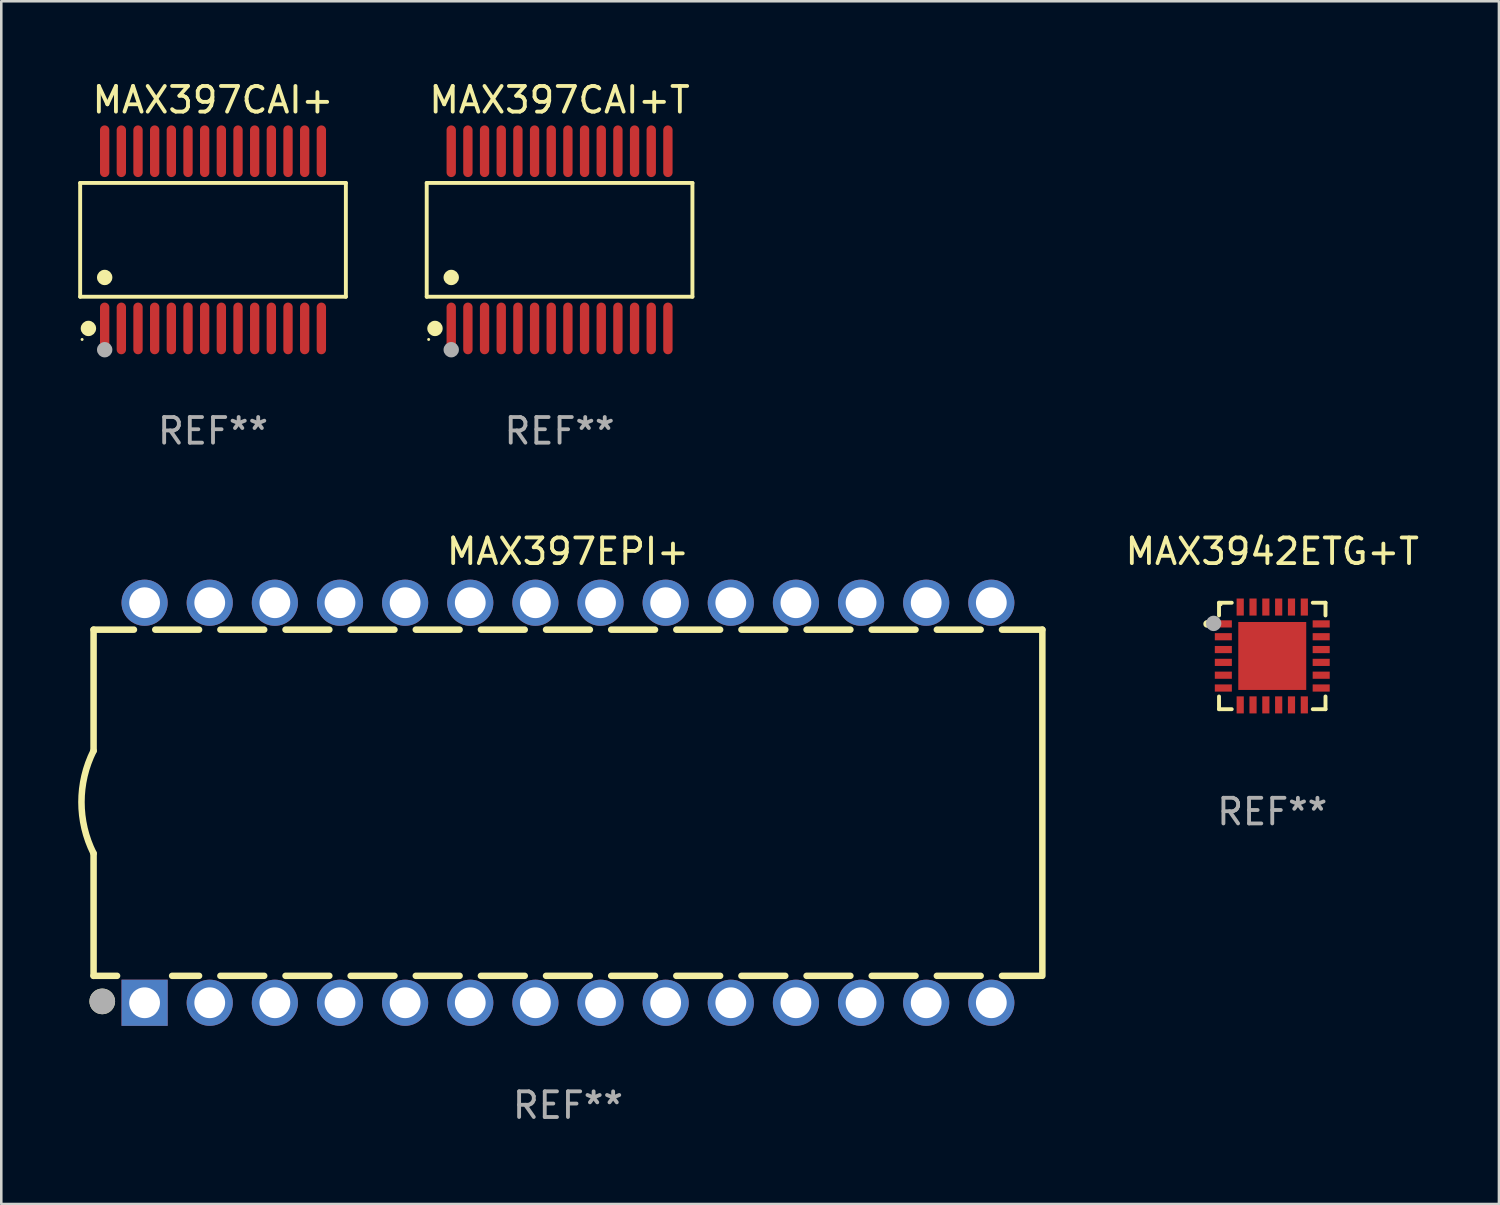
<source format=kicad_pcb>
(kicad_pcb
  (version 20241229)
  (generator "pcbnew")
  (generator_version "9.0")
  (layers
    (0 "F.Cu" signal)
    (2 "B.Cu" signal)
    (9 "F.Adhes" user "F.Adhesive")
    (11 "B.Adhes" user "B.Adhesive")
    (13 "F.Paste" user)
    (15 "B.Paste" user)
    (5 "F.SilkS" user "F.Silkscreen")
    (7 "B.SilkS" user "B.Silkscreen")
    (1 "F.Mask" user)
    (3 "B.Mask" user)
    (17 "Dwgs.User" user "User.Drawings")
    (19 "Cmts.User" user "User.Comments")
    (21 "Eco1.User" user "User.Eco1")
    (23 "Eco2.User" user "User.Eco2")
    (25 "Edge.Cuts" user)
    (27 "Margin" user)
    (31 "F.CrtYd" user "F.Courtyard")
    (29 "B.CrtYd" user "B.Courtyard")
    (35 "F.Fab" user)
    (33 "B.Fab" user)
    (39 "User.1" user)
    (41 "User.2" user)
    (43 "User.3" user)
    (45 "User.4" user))
  (footprint "MAX397CAI+"
    (layer "F.Cu")
    (at 5.257 6.303)
    (property "Reference" "MAX397CAI+" (at 0 -5.455 0) (layer "F.SilkS") (effects (font (size 1 1) (thickness 0.15))))
    (attr through_hole)
    (fp_line (start -5.181 -2.219) (end 5.181 -2.219) (stroke (width 0.152) (type solid)) (layer "F.SilkS"))
    (fp_line (start -5.181 2.219) (end -5.181 -2.219) (stroke (width 0.152) (type solid)) (layer "F.SilkS"))
    (fp_line (start 5.181 -2.219) (end 5.181 2.219) (stroke (width 0.152) (type solid)) (layer "F.SilkS"))
    (fp_line (start 5.181 2.219) (end -5.181 2.219) (stroke (width 0.152) (type solid)) (layer "F.SilkS"))
    (fp_circle (center -5.105 3.885) (end -5.075 3.885) (stroke (width 0.06) (type solid)) (fill no) (layer "F.SilkS"))
    (fp_circle (center -4.859 3.455) (end -4.709 3.455) (stroke (width 0.3) (type solid)) (fill no) (layer "F.SilkS"))
    (fp_circle (center -4.225 1.467) (end -4.075 1.467) (stroke (width 0.3) (type solid)) (fill no) (layer "F.SilkS"))
    (fp_circle (center -4.225 4.285) (end -4.075 4.285) (stroke (width 0.3) (type solid)) (fill no) (layer "F.Fab"))
    (fp_text user "REF**" (at 0 7.455 0) (layer "F.Fab") (effects (font (size 1 1) (thickness 0.15))))
    (pad "1" smd oval (at -4.225 3.455) (size 0.364 2.015) (layers "F.Cu" "F.Mask" "F.Paste"))
    (pad "2" smd oval (at -3.575 3.455) (size 0.364 2.015) (layers "F.Cu" "F.Mask" "F.Paste"))
    (pad "3" smd oval (at -2.925 3.455) (size 0.364 2.015) (layers "F.Cu" "F.Mask" "F.Paste"))
    (pad "4" smd oval (at -2.275 3.455) (size 0.364 2.015) (layers "F.Cu" "F.Mask" "F.Paste"))
    (pad "5" smd oval (at -1.625 3.455) (size 0.364 2.015) (layers "F.Cu" "F.Mask" "F.Paste"))
    (pad "6" smd oval (at -0.975 3.455) (size 0.364 2.015) (layers "F.Cu" "F.Mask" "F.Paste"))
    (pad "7" smd oval (at -0.325 3.455) (size 0.364 2.015) (layers "F.Cu" "F.Mask" "F.Paste"))
    (pad "8" smd oval (at 0.325 3.455) (size 0.364 2.015) (layers "F.Cu" "F.Mask" "F.Paste"))
    (pad "9" smd oval (at 0.975 3.455) (size 0.364 2.015) (layers "F.Cu" "F.Mask" "F.Paste"))
    (pad "10" smd oval (at 1.625 3.455) (size 0.364 2.015) (layers "F.Cu" "F.Mask" "F.Paste"))
    (pad "11" smd oval (at 2.275 3.455) (size 0.364 2.015) (layers "F.Cu" "F.Mask" "F.Paste"))
    (pad "12" smd oval (at 2.925 3.455) (size 0.364 2.015) (layers "F.Cu" "F.Mask" "F.Paste"))
    (pad "13" smd oval (at 3.575 3.455) (size 0.364 2.015) (layers "F.Cu" "F.Mask" "F.Paste"))
    (pad "14" smd oval (at 4.225 3.455) (size 0.364 2.015) (layers "F.Cu" "F.Mask" "F.Paste"))
    (pad "15" smd oval (at 4.225 -3.455) (size 0.364 2.015) (layers "F.Cu" "F.Mask" "F.Paste"))
    (pad "16" smd oval (at 3.575 -3.455) (size 0.364 2.015) (layers "F.Cu" "F.Mask" "F.Paste"))
    (pad "17" smd oval (at 2.925 -3.455) (size 0.364 2.015) (layers "F.Cu" "F.Mask" "F.Paste"))
    (pad "18" smd oval (at 2.275 -3.455) (size 0.364 2.015) (layers "F.Cu" "F.Mask" "F.Paste"))
    (pad "19" smd oval (at 1.625 -3.455) (size 0.364 2.015) (layers "F.Cu" "F.Mask" "F.Paste"))
    (pad "20" smd oval (at 0.975 -3.455) (size 0.364 2.015) (layers "F.Cu" "F.Mask" "F.Paste"))
    (pad "21" smd oval (at 0.325 -3.455) (size 0.364 2.015) (layers "F.Cu" "F.Mask" "F.Paste"))
    (pad "22" smd oval (at -0.325 -3.455) (size 0.364 2.015) (layers "F.Cu" "F.Mask" "F.Paste"))
    (pad "23" smd oval (at -0.975 -3.455) (size 0.364 2.015) (layers "F.Cu" "F.Mask" "F.Paste"))
    (pad "24" smd oval (at -1.625 -3.455) (size 0.364 2.015) (layers "F.Cu" "F.Mask" "F.Paste"))
    (pad "25" smd oval (at -2.275 -3.455) (size 0.364 2.015) (layers "F.Cu" "F.Mask" "F.Paste"))
    (pad "26" smd oval (at -2.925 -3.455) (size 0.364 2.015) (layers "F.Cu" "F.Mask" "F.Paste"))
    (pad "27" smd oval (at -3.575 -3.455) (size 0.364 2.015) (layers "F.Cu" "F.Mask" "F.Paste"))
    (pad "28" smd oval (at -4.225 -3.455) (size 0.364 2.015) (layers "F.Cu" "F.Mask" "F.Paste")))
  (footprint "MAX3942ETG+T"
    (layer "F.Cu")
    (at 46.565 22.531)
    (property "Reference" "MAX3942ETG+T" (at 0 -4.076 0) (layer "F.SilkS") (effects (font (size 1 1) (thickness 0.15))))
    (attr through_hole)
    (fp_line (start -2.076 -2.076) (end -2.076 -1.58) (stroke (width 0.152) (type solid)) (layer "F.SilkS"))
    (fp_line (start -2.076 2.076) (end -2.076 1.58) (stroke (width 0.152) (type solid)) (layer "F.SilkS"))
    (fp_line (start -1.58 -2.076) (end -2.076 -2.076) (stroke (width 0.152) (type solid)) (layer "F.SilkS"))
    (fp_line (start -1.58 2.076) (end -2.076 2.076) (stroke (width 0.152) (type solid)) (layer "F.SilkS"))
    (fp_line (start 1.58 -2.076) (end 2.076 -2.076) (stroke (width 0.152) (type solid)) (layer "F.SilkS"))
    (fp_line (start 1.58 2.076) (end 2.076 2.076) (stroke (width 0.152) (type solid)) (layer "F.SilkS"))
    (fp_line (start 2.076 -2.076) (end 2.076 -1.58) (stroke (width 0.152) (type solid)) (layer "F.SilkS"))
    (fp_line (start 2.076 2.076) (end 2.076 1.58) (stroke (width 0.152) (type solid)) (layer "F.SilkS"))
    (fp_circle (center -2.54 -1.25) (end -2.465 -1.25) (stroke (width 0.15) (type solid)) (fill no) (layer "F.SilkS"))
    (fp_circle (center -2 -2) (end -1.97 -2) (stroke (width 0.06) (type solid)) (fill no) (layer "F.SilkS"))
    (fp_circle (center -2.286 -1.27) (end -2.136 -1.27) (stroke (width 0.3) (type solid)) (fill no) (layer "F.Fab"))
    (fp_text user "REF**" (at 0 6.076 0) (layer "F.Fab") (effects (font (size 1 1) (thickness 0.15))))
    (pad "1" smd rect (at -1.908 -1.25) (size 0.665 0.28) (layers "F.Cu" "F.Mask" "F.Paste"))
    (pad "2" smd rect (at -1.908 -0.75) (size 0.665 0.28) (layers "F.Cu" "F.Mask" "F.Paste"))
    (pad "3" smd rect (at -1.908 -0.25) (size 0.665 0.28) (layers "F.Cu" "F.Mask" "F.Paste"))
    (pad "4" smd rect (at -1.908 0.25) (size 0.665 0.28) (layers "F.Cu" "F.Mask" "F.Paste"))
    (pad "5" smd rect (at -1.908 0.75) (size 0.665 0.28) (layers "F.Cu" "F.Mask" "F.Paste"))
    (pad "6" smd rect (at -1.908 1.25) (size 0.665 0.28) (layers "F.Cu" "F.Mask" "F.Paste"))
    (pad "7" smd rect (at -1.25 1.908) (size 0.28 0.665) (layers "F.Cu" "F.Mask" "F.Paste"))
    (pad "8" smd rect (at -0.75 1.908) (size 0.28 0.665) (layers "F.Cu" "F.Mask" "F.Paste"))
    (pad "9" smd rect (at -0.25 1.908) (size 0.28 0.665) (layers "F.Cu" "F.Mask" "F.Paste"))
    (pad "10" smd rect (at 0.25 1.908) (size 0.28 0.665) (layers "F.Cu" "F.Mask" "F.Paste"))
    (pad "11" smd rect (at 0.75 1.908) (size 0.28 0.665) (layers "F.Cu" "F.Mask" "F.Paste"))
    (pad "12" smd rect (at 1.25 1.908) (size 0.28 0.665) (layers "F.Cu" "F.Mask" "F.Paste"))
    (pad "13" smd rect (at 1.908 1.25) (size 0.665 0.28) (layers "F.Cu" "F.Mask" "F.Paste"))
    (pad "14" smd rect (at 1.908 0.75) (size 0.665 0.28) (layers "F.Cu" "F.Mask" "F.Paste"))
    (pad "15" smd rect (at 1.908 0.25) (size 0.665 0.28) (layers "F.Cu" "F.Mask" "F.Paste"))
    (pad "16" smd rect (at 1.908 -0.25) (size 0.665 0.28) (layers "F.Cu" "F.Mask" "F.Paste"))
    (pad "17" smd rect (at 1.908 -0.75) (size 0.665 0.28) (layers "F.Cu" "F.Mask" "F.Paste"))
    (pad "18" smd rect (at 1.908 -1.25) (size 0.665 0.28) (layers "F.Cu" "F.Mask" "F.Paste"))
    (pad "19" smd rect (at 1.25 -1.908) (size 0.28 0.665) (layers "F.Cu" "F.Mask" "F.Paste"))
    (pad "20" smd rect (at 0.75 -1.908) (size 0.28 0.665) (layers "F.Cu" "F.Mask" "F.Paste"))
    (pad "21" smd rect (at 0.25 -1.908) (size 0.28 0.665) (layers "F.Cu" "F.Mask" "F.Paste"))
    (pad "22" smd rect (at -0.25 -1.908) (size 0.28 0.665) (layers "F.Cu" "F.Mask" "F.Paste"))
    (pad "23" smd rect (at -0.75 -1.908) (size 0.28 0.665) (layers "F.Cu" "F.Mask" "F.Paste"))
    (pad "24" smd rect (at -1.25 -1.908) (size 0.28 0.665) (layers "F.Cu" "F.Mask" "F.Paste"))
    (pad "25" smd rect (at 0 0) (size 2.65 2.65) (layers "F.Cu" "F.Mask" "F.Paste")))
  (footprint "MAX397CAI+T"
    (layer "F.Cu")
    (at 18.772 6.303)
    (property "Reference" "MAX397CAI+T" (at 0 -5.455 0) (layer "F.SilkS") (effects (font (size 1 1) (thickness 0.15))))
    (attr through_hole)
    (fp_line (start -5.181 -2.219) (end 5.181 -2.219) (stroke (width 0.152) (type solid)) (layer "F.SilkS"))
    (fp_line (start -5.181 2.219) (end -5.181 -2.219) (stroke (width 0.152) (type solid)) (layer "F.SilkS"))
    (fp_line (start 5.181 -2.219) (end 5.181 2.219) (stroke (width 0.152) (type solid)) (layer "F.SilkS"))
    (fp_line (start 5.181 2.219) (end -5.181 2.219) (stroke (width 0.152) (type solid)) (layer "F.SilkS"))
    (fp_circle (center -5.105 3.885) (end -5.075 3.885) (stroke (width 0.06) (type solid)) (fill no) (layer "F.SilkS"))
    (fp_circle (center -4.859 3.455) (end -4.709 3.455) (stroke (width 0.3) (type solid)) (fill no) (layer "F.SilkS"))
    (fp_circle (center -4.225 1.467) (end -4.075 1.467) (stroke (width 0.3) (type solid)) (fill no) (layer "F.SilkS"))
    (fp_circle (center -4.225 4.285) (end -4.075 4.285) (stroke (width 0.3) (type solid)) (fill no) (layer "F.Fab"))
    (fp_text user "REF**" (at 0 7.455 0) (layer "F.Fab") (effects (font (size 1 1) (thickness 0.15))))
    (pad "1" smd oval (at -4.225 3.455) (size 0.364 2.015) (layers "F.Cu" "F.Mask" "F.Paste"))
    (pad "2" smd oval (at -3.575 3.455) (size 0.364 2.015) (layers "F.Cu" "F.Mask" "F.Paste"))
    (pad "3" smd oval (at -2.925 3.455) (size 0.364 2.015) (layers "F.Cu" "F.Mask" "F.Paste"))
    (pad "4" smd oval (at -2.275 3.455) (size 0.364 2.015) (layers "F.Cu" "F.Mask" "F.Paste"))
    (pad "5" smd oval (at -1.625 3.455) (size 0.364 2.015) (layers "F.Cu" "F.Mask" "F.Paste"))
    (pad "6" smd oval (at -0.975 3.455) (size 0.364 2.015) (layers "F.Cu" "F.Mask" "F.Paste"))
    (pad "7" smd oval (at -0.325 3.455) (size 0.364 2.015) (layers "F.Cu" "F.Mask" "F.Paste"))
    (pad "8" smd oval (at 0.325 3.455) (size 0.364 2.015) (layers "F.Cu" "F.Mask" "F.Paste"))
    (pad "9" smd oval (at 0.975 3.455) (size 0.364 2.015) (layers "F.Cu" "F.Mask" "F.Paste"))
    (pad "10" smd oval (at 1.625 3.455) (size 0.364 2.015) (layers "F.Cu" "F.Mask" "F.Paste"))
    (pad "11" smd oval (at 2.275 3.455) (size 0.364 2.015) (layers "F.Cu" "F.Mask" "F.Paste"))
    (pad "12" smd oval (at 2.925 3.455) (size 0.364 2.015) (layers "F.Cu" "F.Mask" "F.Paste"))
    (pad "13" smd oval (at 3.575 3.455) (size 0.364 2.015) (layers "F.Cu" "F.Mask" "F.Paste"))
    (pad "14" smd oval (at 4.225 3.455) (size 0.364 2.015) (layers "F.Cu" "F.Mask" "F.Paste"))
    (pad "15" smd oval (at 4.225 -3.455) (size 0.364 2.015) (layers "F.Cu" "F.Mask" "F.Paste"))
    (pad "16" smd oval (at 3.575 -3.455) (size 0.364 2.015) (layers "F.Cu" "F.Mask" "F.Paste"))
    (pad "17" smd oval (at 2.925 -3.455) (size 0.364 2.015) (layers "F.Cu" "F.Mask" "F.Paste"))
    (pad "18" smd oval (at 2.275 -3.455) (size 0.364 2.015) (layers "F.Cu" "F.Mask" "F.Paste"))
    (pad "19" smd oval (at 1.625 -3.455) (size 0.364 2.015) (layers "F.Cu" "F.Mask" "F.Paste"))
    (pad "20" smd oval (at 0.975 -3.455) (size 0.364 2.015) (layers "F.Cu" "F.Mask" "F.Paste"))
    (pad "21" smd oval (at 0.325 -3.455) (size 0.364 2.015) (layers "F.Cu" "F.Mask" "F.Paste"))
    (pad "22" smd oval (at -0.325 -3.455) (size 0.364 2.015) (layers "F.Cu" "F.Mask" "F.Paste"))
    (pad "23" smd oval (at -0.975 -3.455) (size 0.364 2.015) (layers "F.Cu" "F.Mask" "F.Paste"))
    (pad "24" smd oval (at -1.625 -3.455) (size 0.364 2.015) (layers "F.Cu" "F.Mask" "F.Paste"))
    (pad "25" smd oval (at -2.275 -3.455) (size 0.364 2.015) (layers "F.Cu" "F.Mask" "F.Paste"))
    (pad "26" smd oval (at -2.925 -3.455) (size 0.364 2.015) (layers "F.Cu" "F.Mask" "F.Paste"))
    (pad "27" smd oval (at -3.575 -3.455) (size 0.364 2.015) (layers "F.Cu" "F.Mask" "F.Paste"))
    (pad "28" smd oval (at -4.225 -3.455) (size 0.364 2.015) (layers "F.Cu" "F.Mask" "F.Paste")))
  (footprint "MAX397EPI+"
    (layer "F.Cu")
    (at 19.099 28.255)
    (property "Reference" "MAX397EPI+" (at 0 -9.8 0) (layer "F.SilkS") (effects (font (size 1 1) (thickness 0.15))))
    (attr through_hole)
    (fp_line (start -18.5 -6.75) (end -18.5 -2.026) (stroke (width 0.254) (type solid)) (layer "F.SilkS"))
    (fp_line (start -18.5 -6.75) (end -16.926 -6.75) (stroke (width 0.254) (type solid)) (layer "F.SilkS"))
    (fp_line (start -18.5 6.75) (end -18.5 1.974) (stroke (width 0.254) (type solid)) (layer "F.SilkS"))
    (fp_line (start -18.5 6.75) (end -17.584 6.75) (stroke (width 0.254) (type solid)) (layer "F.SilkS"))
    (fp_line (start -16.094 -6.75) (end -14.386 -6.75) (stroke (width 0.254) (type solid)) (layer "F.SilkS"))
    (fp_line (start -15.436 6.75) (end -14.386 6.75) (stroke (width 0.254) (type solid)) (layer "F.SilkS"))
    (fp_line (start -13.554 -6.75) (end -11.846 -6.75) (stroke (width 0.254) (type solid)) (layer "F.SilkS"))
    (fp_line (start -13.554 6.75) (end -11.846 6.75) (stroke (width 0.254) (type solid)) (layer "F.SilkS"))
    (fp_line (start -11.014 -6.75) (end -9.306 -6.75) (stroke (width 0.254) (type solid)) (layer "F.SilkS"))
    (fp_line (start -11.014 6.75) (end -9.306 6.75) (stroke (width 0.254) (type solid)) (layer "F.SilkS"))
    (fp_line (start -8.474 -6.75) (end -6.766 -6.75) (stroke (width 0.254) (type solid)) (layer "F.SilkS"))
    (fp_line (start -8.474 6.75) (end -6.766 6.75) (stroke (width 0.254) (type solid)) (layer "F.SilkS"))
    (fp_line (start -5.934 -6.75) (end -4.226 -6.75) (stroke (width 0.254) (type solid)) (layer "F.SilkS"))
    (fp_line (start -5.934 6.75) (end -4.226 6.75) (stroke (width 0.254) (type solid)) (layer "F.SilkS"))
    (fp_line (start -3.394 -6.75) (end -1.686 -6.75) (stroke (width 0.254) (type solid)) (layer "F.SilkS"))
    (fp_line (start -3.394 6.75) (end -1.686 6.75) (stroke (width 0.254) (type solid)) (layer "F.SilkS"))
    (fp_line (start -0.854 -6.75) (end 0.854 -6.75) (stroke (width 0.254) (type solid)) (layer "F.SilkS"))
    (fp_line (start -0.854 6.75) (end 0.854 6.75) (stroke (width 0.254) (type solid)) (layer "F.SilkS"))
    (fp_line (start 1.686 -6.75) (end 3.394 -6.75) (stroke (width 0.254) (type solid)) (layer "F.SilkS"))
    (fp_line (start 1.686 6.75) (end 3.394 6.75) (stroke (width 0.254) (type solid)) (layer "F.SilkS"))
    (fp_line (start 4.226 -6.75) (end 5.934 -6.75) (stroke (width 0.254) (type solid)) (layer "F.SilkS"))
    (fp_line (start 4.226 6.75) (end 5.934 6.75) (stroke (width 0.254) (type solid)) (layer "F.SilkS"))
    (fp_line (start 6.766 -6.75) (end 8.474 -6.75) (stroke (width 0.254) (type solid)) (layer "F.SilkS"))
    (fp_line (start 6.766 6.75) (end 8.474 6.75) (stroke (width 0.254) (type solid)) (layer "F.SilkS"))
    (fp_line (start 9.306 -6.75) (end 11.014 -6.75) (stroke (width 0.254) (type solid)) (layer "F.SilkS"))
    (fp_line (start 9.306 6.75) (end 11.014 6.75) (stroke (width 0.254) (type solid)) (layer "F.SilkS"))
    (fp_line (start 11.846 -6.75) (end 13.554 -6.75) (stroke (width 0.254) (type solid)) (layer "F.SilkS"))
    (fp_line (start 11.846 6.75) (end 13.554 6.75) (stroke (width 0.254) (type solid)) (layer "F.SilkS"))
    (fp_line (start 14.386 -6.75) (end 16.094 -6.75) (stroke (width 0.254) (type solid)) (layer "F.SilkS"))
    (fp_line (start 14.386 6.75) (end 16.094 6.75) (stroke (width 0.254) (type solid)) (layer "F.SilkS"))
    (fp_line (start 16.926 -6.75) (end 18.5 -6.75) (stroke (width 0.254) (type solid)) (layer "F.SilkS"))
    (fp_line (start 16.926 6.75) (end 18.415 6.75) (stroke (width 0.254) (type solid)) (layer "F.SilkS"))
    (fp_line (start 18.5 6.75) (end 18.5 -6.75) (stroke (width 0.254) (type solid)) (layer "F.SilkS"))
    (fp_arc (start -18.500051 1.974384) (mid -18.972187 -0.025616) (end -18.500051 -2.025616) (stroke (width 0.254001) (type solid)) (layer "F.SilkS"))
    (fp_circle (center -18.5 7.8) (end -18.47 7.8) (stroke (width 0.06) (type solid)) (fill no) (layer "F.SilkS"))
    (fp_circle (center -18.161 7.747) (end -17.911 7.747) (stroke (width 0.5) (type solid)) (fill no) (layer "F.SilkS"))
    (fp_circle (center -18.161 7.747) (end -17.911 7.747) (stroke (width 0.5) (type solid)) (fill no) (layer "F.Fab"))
    (fp_text user "REF**" (at 0 11.8 0) (layer "F.Fab") (effects (font (size 1 1) (thickness 0.15))))
    (pad "1" thru_hole rect (at -16.51 7.8) (size 1.8 1.8) (drill 1.2) (layers "*.Cu" "*.Mask"))
    (pad "2" thru_hole circle (at -13.97 7.8) (size 1.8 1.8) (drill 1.2) (layers "*.Cu" "*.Mask"))
    (pad "3" thru_hole circle (at -11.43 7.8) (size 1.8 1.8) (drill 1.2) (layers "*.Cu" "*.Mask"))
    (pad "4" thru_hole circle (at -8.89 7.8) (size 1.8 1.8) (drill 1.2) (layers "*.Cu" "*.Mask"))
    (pad "5" thru_hole circle (at -6.35 7.8) (size 1.8 1.8) (drill 1.2) (layers "*.Cu" "*.Mask"))
    (pad "6" thru_hole circle (at -3.81 7.8) (size 1.8 1.8) (drill 1.2) (layers "*.Cu" "*.Mask"))
    (pad "7" thru_hole circle (at -1.27 7.8) (size 1.8 1.8) (drill 1.2) (layers "*.Cu" "*.Mask"))
    (pad "8" thru_hole circle (at 1.27 7.8) (size 1.8 1.8) (drill 1.2) (layers "*.Cu" "*.Mask"))
    (pad "9" thru_hole circle (at 3.81 7.8) (size 1.8 1.8) (drill 1.2) (layers "*.Cu" "*.Mask"))
    (pad "10" thru_hole circle (at 6.35 7.8) (size 1.8 1.8) (drill 1.2) (layers "*.Cu" "*.Mask"))
    (pad "11" thru_hole circle (at 8.89 7.8) (size 1.8 1.8) (drill 1.2) (layers "*.Cu" "*.Mask"))
    (pad "12" thru_hole circle (at 11.43 7.8) (size 1.8 1.8) (drill 1.2) (layers "*.Cu" "*.Mask"))
    (pad "13" thru_hole circle (at 13.97 7.8) (size 1.8 1.8) (drill 1.2) (layers "*.Cu" "*.Mask"))
    (pad "14" thru_hole circle (at 16.51 7.8) (size 1.8 1.8) (drill 1.2) (layers "*.Cu" "*.Mask"))
    (pad "15" thru_hole circle (at 16.51 -7.8) (size 1.8 1.8) (drill 1.2) (layers "*.Cu" "*.Mask"))
    (pad "16" thru_hole circle (at 13.97 -7.8) (size 1.8 1.8) (drill 1.2) (layers "*.Cu" "*.Mask"))
    (pad "17" thru_hole circle (at 11.43 -7.8) (size 1.8 1.8) (drill 1.2) (layers "*.Cu" "*.Mask"))
    (pad "18" thru_hole circle (at 8.89 -7.8) (size 1.8 1.8) (drill 1.2) (layers "*.Cu" "*.Mask"))
    (pad "19" thru_hole circle (at 6.35 -7.8) (size 1.8 1.8) (drill 1.2) (layers "*.Cu" "*.Mask"))
    (pad "20" thru_hole circle (at 3.81 -7.8) (size 1.8 1.8) (drill 1.2) (layers "*.Cu" "*.Mask"))
    (pad "21" thru_hole circle (at 1.27 -7.8) (size 1.8 1.8) (drill 1.2) (layers "*.Cu" "*.Mask"))
    (pad "22" thru_hole circle (at -1.27 -7.8) (size 1.8 1.8) (drill 1.2) (layers "*.Cu" "*.Mask"))
    (pad "23" thru_hole circle (at -3.81 -7.8) (size 1.8 1.8) (drill 1.2) (layers "*.Cu" "*.Mask"))
    (pad "24" thru_hole circle (at -6.35 -7.8) (size 1.8 1.8) (drill 1.2) (layers "*.Cu" "*.Mask"))
    (pad "25" thru_hole circle (at -8.89 -7.8) (size 1.8 1.8) (drill 1.2) (layers "*.Cu" "*.Mask"))
    (pad "26" thru_hole circle (at -11.43 -7.8) (size 1.8 1.8) (drill 1.2) (layers "*.Cu" "*.Mask"))
    (pad "27" thru_hole circle (at -13.97 -7.8) (size 1.8 1.8) (drill 1.2) (layers "*.Cu" "*.Mask"))
    (pad "28" thru_hole circle (at -16.51 -7.8) (size 1.8 1.8) (drill 1.2) (layers "*.Cu" "*.Mask")))
  (gr_rect
    (start -3 -3)
    (end 55.405 43.903)
    (stroke (width 0.1) (type default))
    (fill no)
    (layer "Edge.Cuts")))
</source>
